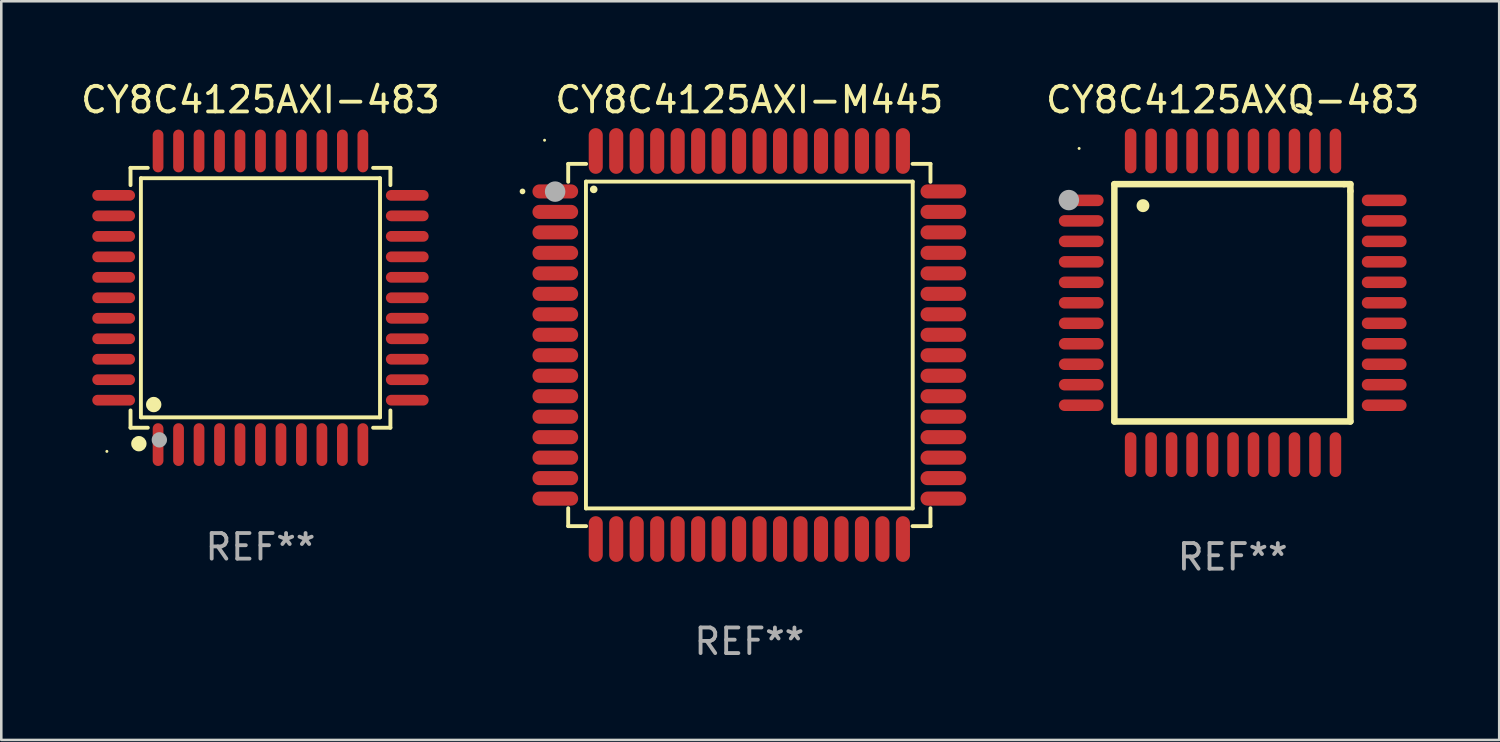
<source format=kicad_pcb>
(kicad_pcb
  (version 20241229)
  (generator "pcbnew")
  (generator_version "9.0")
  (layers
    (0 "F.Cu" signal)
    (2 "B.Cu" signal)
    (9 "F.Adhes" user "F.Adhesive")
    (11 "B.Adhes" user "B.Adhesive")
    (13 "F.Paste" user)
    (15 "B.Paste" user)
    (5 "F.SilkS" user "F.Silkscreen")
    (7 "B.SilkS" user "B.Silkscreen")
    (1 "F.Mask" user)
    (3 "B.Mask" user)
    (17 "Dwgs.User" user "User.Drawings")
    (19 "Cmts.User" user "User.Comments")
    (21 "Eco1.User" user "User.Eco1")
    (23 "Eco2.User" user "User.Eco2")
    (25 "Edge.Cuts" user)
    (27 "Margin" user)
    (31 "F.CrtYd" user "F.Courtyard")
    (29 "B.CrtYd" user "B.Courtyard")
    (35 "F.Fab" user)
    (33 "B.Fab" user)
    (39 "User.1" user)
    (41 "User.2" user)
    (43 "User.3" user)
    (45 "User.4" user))
  (footprint "CY8C4125AXI-M445"
    (layer "F.Cu")
    (at 26.223 10.428)
    (property "Reference" "CY8C4125AXI-M445" (at 0 -9.58 0) (layer "F.SilkS") (effects (font (size 1 1) (thickness 0.15))))
    (attr through_hole)
    (fp_line (start -7.076 -7.076) (end -6.376 -7.076) (stroke (width 0.152) (type solid)) (layer "F.SilkS"))
    (fp_line (start -7.076 -6.376) (end -7.076 -7.076) (stroke (width 0.152) (type solid)) (layer "F.SilkS"))
    (fp_line (start -7.076 6.376) (end -7.076 7.076) (stroke (width 0.152) (type solid)) (layer "F.SilkS"))
    (fp_line (start -7.076 7.076) (end -6.376 7.076) (stroke (width 0.152) (type solid)) (layer "F.SilkS"))
    (fp_line (start -6.383 -6.383) (end 6.383 -6.383) (stroke (width 0.152) (type solid)) (layer "F.SilkS"))
    (fp_line (start -6.383 6.383) (end -6.383 -6.383) (stroke (width 0.152) (type solid)) (layer "F.SilkS"))
    (fp_line (start 6.383 -6.383) (end 6.383 6.383) (stroke (width 0.152) (type solid)) (layer "F.SilkS"))
    (fp_line (start 6.383 6.383) (end -6.383 6.383) (stroke (width 0.152) (type solid)) (layer "F.SilkS"))
    (fp_line (start 7.076 -7.076) (end 6.376 -7.076) (stroke (width 0.152) (type solid)) (layer "F.SilkS"))
    (fp_line (start 7.076 -6.376) (end 7.076 -7.076) (stroke (width 0.152) (type solid)) (layer "F.SilkS"))
    (fp_line (start 7.076 6.376) (end 7.076 7.076) (stroke (width 0.152) (type solid)) (layer "F.SilkS"))
    (fp_line (start 7.076 7.076) (end 6.376 7.076) (stroke (width 0.152) (type solid)) (layer "F.SilkS"))
    (fp_circle (center -8.861 -6) (end -8.805 -6) (stroke (width 0.112) (type solid)) (fill no) (layer "F.SilkS"))
    (fp_circle (center -8 -8) (end -7.97 -8) (stroke (width 0.06) (type solid)) (fill no) (layer "F.SilkS"))
    (fp_circle (center -6.08 -6.08) (end -6.005 -6.08) (stroke (width 0.15) (type solid)) (fill no) (layer "F.SilkS"))
    (fp_circle (center -7.587 -5.993) (end -7.387 -5.993) (stroke (width 0.4) (type solid)) (fill no) (layer "F.Fab"))
    (fp_text user "REF**" (at 0 11.58 0) (layer "F.Fab") (effects (font (size 1 1) (thickness 0.15))))
    (pad "1" smd oval (at -7.58 -6) (size 1.785 0.55) (layers "F.Cu" "F.Mask" "F.Paste"))
    (pad "2" smd oval (at -7.58 -5.2) (size 1.785 0.55) (layers "F.Cu" "F.Mask" "F.Paste"))
    (pad "3" smd oval (at -7.58 -4.4) (size 1.785 0.55) (layers "F.Cu" "F.Mask" "F.Paste"))
    (pad "4" smd oval (at -7.58 -3.6) (size 1.785 0.55) (layers "F.Cu" "F.Mask" "F.Paste"))
    (pad "5" smd oval (at -7.58 -2.8) (size 1.785 0.55) (layers "F.Cu" "F.Mask" "F.Paste"))
    (pad "6" smd oval (at -7.58 -2) (size 1.785 0.55) (layers "F.Cu" "F.Mask" "F.Paste"))
    (pad "7" smd oval (at -7.58 -1.2) (size 1.785 0.55) (layers "F.Cu" "F.Mask" "F.Paste"))
    (pad "8" smd oval (at -7.58 -0.4) (size 1.785 0.55) (layers "F.Cu" "F.Mask" "F.Paste"))
    (pad "9" smd oval (at -7.58 0.4) (size 1.785 0.55) (layers "F.Cu" "F.Mask" "F.Paste"))
    (pad "10" smd oval (at -7.58 1.2) (size 1.785 0.55) (layers "F.Cu" "F.Mask" "F.Paste"))
    (pad "11" smd oval (at -7.58 2) (size 1.785 0.55) (layers "F.Cu" "F.Mask" "F.Paste"))
    (pad "12" smd oval (at -7.58 2.8) (size 1.785 0.55) (layers "F.Cu" "F.Mask" "F.Paste"))
    (pad "13" smd oval (at -7.58 3.6) (size 1.785 0.55) (layers "F.Cu" "F.Mask" "F.Paste"))
    (pad "14" smd oval (at -7.58 4.4) (size 1.785 0.55) (layers "F.Cu" "F.Mask" "F.Paste"))
    (pad "15" smd oval (at -7.58 5.2) (size 1.785 0.55) (layers "F.Cu" "F.Mask" "F.Paste"))
    (pad "16" smd oval (at -7.58 6) (size 1.785 0.55) (layers "F.Cu" "F.Mask" "F.Paste"))
    (pad "17" smd oval (at -6 7.58) (size 0.55 1.785) (layers "F.Cu" "F.Mask" "F.Paste"))
    (pad "18" smd oval (at -5.2 7.58) (size 0.55 1.785) (layers "F.Cu" "F.Mask" "F.Paste"))
    (pad "19" smd oval (at -4.4 7.58) (size 0.55 1.785) (layers "F.Cu" "F.Mask" "F.Paste"))
    (pad "20" smd oval (at -3.6 7.58) (size 0.55 1.785) (layers "F.Cu" "F.Mask" "F.Paste"))
    (pad "21" smd oval (at -2.8 7.58) (size 0.55 1.785) (layers "F.Cu" "F.Mask" "F.Paste"))
    (pad "22" smd oval (at -2 7.58) (size 0.55 1.785) (layers "F.Cu" "F.Mask" "F.Paste"))
    (pad "23" smd oval (at -1.2 7.58) (size 0.55 1.785) (layers "F.Cu" "F.Mask" "F.Paste"))
    (pad "24" smd oval (at -0.4 7.58) (size 0.55 1.785) (layers "F.Cu" "F.Mask" "F.Paste"))
    (pad "25" smd oval (at 0.4 7.58) (size 0.55 1.785) (layers "F.Cu" "F.Mask" "F.Paste"))
    (pad "26" smd oval (at 1.2 7.58) (size 0.55 1.785) (layers "F.Cu" "F.Mask" "F.Paste"))
    (pad "27" smd oval (at 2 7.58) (size 0.55 1.785) (layers "F.Cu" "F.Mask" "F.Paste"))
    (pad "28" smd oval (at 2.8 7.58) (size 0.55 1.785) (layers "F.Cu" "F.Mask" "F.Paste"))
    (pad "29" smd oval (at 3.6 7.58) (size 0.55 1.785) (layers "F.Cu" "F.Mask" "F.Paste"))
    (pad "30" smd oval (at 4.4 7.58) (size 0.55 1.785) (layers "F.Cu" "F.Mask" "F.Paste"))
    (pad "31" smd oval (at 5.2 7.58) (size 0.55 1.785) (layers "F.Cu" "F.Mask" "F.Paste"))
    (pad "32" smd oval (at 6 7.58) (size 0.55 1.785) (layers "F.Cu" "F.Mask" "F.Paste"))
    (pad "33" smd oval (at 7.58 6) (size 1.785 0.55) (layers "F.Cu" "F.Mask" "F.Paste"))
    (pad "34" smd oval (at 7.58 5.2) (size 1.785 0.55) (layers "F.Cu" "F.Mask" "F.Paste"))
    (pad "35" smd oval (at 7.58 4.4) (size 1.785 0.55) (layers "F.Cu" "F.Mask" "F.Paste"))
    (pad "36" smd oval (at 7.58 3.6) (size 1.785 0.55) (layers "F.Cu" "F.Mask" "F.Paste"))
    (pad "37" smd oval (at 7.58 2.8) (size 1.785 0.55) (layers "F.Cu" "F.Mask" "F.Paste"))
    (pad "38" smd oval (at 7.58 2) (size 1.785 0.55) (layers "F.Cu" "F.Mask" "F.Paste"))
    (pad "39" smd oval (at 7.58 1.2) (size 1.785 0.55) (layers "F.Cu" "F.Mask" "F.Paste"))
    (pad "40" smd oval (at 7.58 0.4) (size 1.785 0.55) (layers "F.Cu" "F.Mask" "F.Paste"))
    (pad "41" smd oval (at 7.58 -0.4) (size 1.785 0.55) (layers "F.Cu" "F.Mask" "F.Paste"))
    (pad "42" smd oval (at 7.58 -1.2) (size 1.785 0.55) (layers "F.Cu" "F.Mask" "F.Paste"))
    (pad "43" smd oval (at 7.58 -2) (size 1.785 0.55) (layers "F.Cu" "F.Mask" "F.Paste"))
    (pad "44" smd oval (at 7.58 -2.8) (size 1.785 0.55) (layers "F.Cu" "F.Mask" "F.Paste"))
    (pad "45" smd oval (at 7.58 -3.6) (size 1.785 0.55) (layers "F.Cu" "F.Mask" "F.Paste"))
    (pad "46" smd oval (at 7.58 -4.4) (size 1.785 0.55) (layers "F.Cu" "F.Mask" "F.Paste"))
    (pad "47" smd oval (at 7.58 -5.2) (size 1.785 0.55) (layers "F.Cu" "F.Mask" "F.Paste"))
    (pad "48" smd oval (at 7.58 -6) (size 1.785 0.55) (layers "F.Cu" "F.Mask" "F.Paste"))
    (pad "49" smd oval (at 6 -7.58) (size 0.55 1.785) (layers "F.Cu" "F.Mask" "F.Paste"))
    (pad "50" smd oval (at 5.2 -7.58) (size 0.55 1.785) (layers "F.Cu" "F.Mask" "F.Paste"))
    (pad "51" smd oval (at 4.4 -7.58) (size 0.55 1.785) (layers "F.Cu" "F.Mask" "F.Paste"))
    (pad "52" smd oval (at 3.6 -7.58) (size 0.55 1.785) (layers "F.Cu" "F.Mask" "F.Paste"))
    (pad "53" smd oval (at 2.8 -7.58) (size 0.55 1.785) (layers "F.Cu" "F.Mask" "F.Paste"))
    (pad "54" smd oval (at 2 -7.58) (size 0.55 1.785) (layers "F.Cu" "F.Mask" "F.Paste"))
    (pad "55" smd oval (at 1.2 -7.58) (size 0.55 1.785) (layers "F.Cu" "F.Mask" "F.Paste"))
    (pad "56" smd oval (at 0.4 -7.58) (size 0.55 1.785) (layers "F.Cu" "F.Mask" "F.Paste"))
    (pad "57" smd oval (at -0.4 -7.58) (size 0.55 1.785) (layers "F.Cu" "F.Mask" "F.Paste"))
    (pad "58" smd oval (at -1.2 -7.58) (size 0.55 1.785) (layers "F.Cu" "F.Mask" "F.Paste"))
    (pad "59" smd oval (at -2 -7.58) (size 0.55 1.785) (layers "F.Cu" "F.Mask" "F.Paste"))
    (pad "60" smd oval (at -2.8 -7.58) (size 0.55 1.785) (layers "F.Cu" "F.Mask" "F.Paste"))
    (pad "61" smd oval (at -3.6 -7.58) (size 0.55 1.785) (layers "F.Cu" "F.Mask" "F.Paste"))
    (pad "62" smd oval (at -4.4 -7.58) (size 0.55 1.785) (layers "F.Cu" "F.Mask" "F.Paste"))
    (pad "63" smd oval (at -5.2 -7.58) (size 0.55 1.785) (layers "F.Cu" "F.Mask" "F.Paste"))
    (pad "64" smd oval (at -6 -7.58) (size 0.55 1.785) (layers "F.Cu" "F.Mask" "F.Paste")))
  (footprint "CY8C4125AXI-483"
    (layer "F.Cu")
    (at 7.125 8.583)
    (property "Reference" "CY8C4125AXI-483" (at 0 -7.735 0) (layer "F.SilkS") (effects (font (size 1 1) (thickness 0.15))))
    (attr through_hole)
    (fp_line (start -5.076 -5.076) (end -4.401 -5.076) (stroke (width 0.152) (type solid)) (layer "F.SilkS"))
    (fp_line (start -5.076 -4.401) (end -5.076 -5.076) (stroke (width 0.152) (type solid)) (layer "F.SilkS"))
    (fp_line (start -5.076 4.401) (end -5.076 5.076) (stroke (width 0.152) (type solid)) (layer "F.SilkS"))
    (fp_line (start -5.076 5.076) (end -4.401 5.076) (stroke (width 0.152) (type solid)) (layer "F.SilkS"))
    (fp_line (start -4.671 -4.671) (end 4.671 -4.671) (stroke (width 0.152) (type solid)) (layer "F.SilkS"))
    (fp_line (start -4.671 4.671) (end -4.671 -4.671) (stroke (width 0.152) (type solid)) (layer "F.SilkS"))
    (fp_line (start 4.671 -4.671) (end 4.671 4.671) (stroke (width 0.152) (type solid)) (layer "F.SilkS"))
    (fp_line (start 4.671 4.671) (end -4.671 4.671) (stroke (width 0.152) (type solid)) (layer "F.SilkS"))
    (fp_line (start 5.076 -5.076) (end 4.401 -5.076) (stroke (width 0.152) (type solid)) (layer "F.SilkS"))
    (fp_line (start 5.076 -4.401) (end 5.076 -5.076) (stroke (width 0.152) (type solid)) (layer "F.SilkS"))
    (fp_line (start 5.076 4.401) (end 5.076 5.076) (stroke (width 0.152) (type solid)) (layer "F.SilkS"))
    (fp_line (start 5.076 5.076) (end 4.401 5.076) (stroke (width 0.152) (type solid)) (layer "F.SilkS"))
    (fp_circle (center -6 6) (end -5.97 6) (stroke (width 0.06) (type solid)) (fill no) (layer "F.SilkS"))
    (fp_circle (center -4.75 5.7) (end -4.6 5.7) (stroke (width 0.3) (type solid)) (fill no) (layer "F.SilkS"))
    (fp_circle (center -4.171 4.171) (end -4.021 4.171) (stroke (width 0.3) (type solid)) (fill no) (layer "F.SilkS"))
    (fp_circle (center -3.95 5.55) (end -3.8 5.55) (stroke (width 0.3) (type solid)) (fill no) (layer "F.Fab"))
    (fp_text user "REF**" (at 0 9.735 0) (layer "F.Fab") (effects (font (size 1 1) (thickness 0.15))))
    (pad "1" smd oval (at -4 5.735) (size 0.42 1.67) (layers "F.Cu" "F.Mask" "F.Paste"))
    (pad "2" smd oval (at -3.2 5.735) (size 0.42 1.67) (layers "F.Cu" "F.Mask" "F.Paste"))
    (pad "3" smd oval (at -2.4 5.735) (size 0.42 1.67) (layers "F.Cu" "F.Mask" "F.Paste"))
    (pad "4" smd oval (at -1.6 5.735) (size 0.42 1.67) (layers "F.Cu" "F.Mask" "F.Paste"))
    (pad "5" smd oval (at -0.8 5.735) (size 0.42 1.67) (layers "F.Cu" "F.Mask" "F.Paste"))
    (pad "6" smd oval (at 0 5.735) (size 0.42 1.67) (layers "F.Cu" "F.Mask" "F.Paste"))
    (pad "7" smd oval (at 0.8 5.735) (size 0.42 1.67) (layers "F.Cu" "F.Mask" "F.Paste"))
    (pad "8" smd oval (at 1.6 5.735) (size 0.42 1.67) (layers "F.Cu" "F.Mask" "F.Paste"))
    (pad "9" smd oval (at 2.4 5.735) (size 0.42 1.67) (layers "F.Cu" "F.Mask" "F.Paste"))
    (pad "10" smd oval (at 3.2 5.735) (size 0.42 1.67) (layers "F.Cu" "F.Mask" "F.Paste"))
    (pad "11" smd oval (at 4 5.735) (size 0.42 1.67) (layers "F.Cu" "F.Mask" "F.Paste"))
    (pad "12" smd oval (at 5.735 4) (size 1.67 0.42) (layers "F.Cu" "F.Mask" "F.Paste"))
    (pad "13" smd oval (at 5.735 3.2) (size 1.67 0.42) (layers "F.Cu" "F.Mask" "F.Paste"))
    (pad "14" smd oval (at 5.735 2.4) (size 1.67 0.42) (layers "F.Cu" "F.Mask" "F.Paste"))
    (pad "15" smd oval (at 5.735 1.6) (size 1.67 0.42) (layers "F.Cu" "F.Mask" "F.Paste"))
    (pad "16" smd oval (at 5.735 0.8) (size 1.67 0.42) (layers "F.Cu" "F.Mask" "F.Paste"))
    (pad "17" smd oval (at 5.735 0) (size 1.67 0.42) (layers "F.Cu" "F.Mask" "F.Paste"))
    (pad "18" smd oval (at 5.735 -0.8) (size 1.67 0.42) (layers "F.Cu" "F.Mask" "F.Paste"))
    (pad "19" smd oval (at 5.735 -1.6) (size 1.67 0.42) (layers "F.Cu" "F.Mask" "F.Paste"))
    (pad "20" smd oval (at 5.735 -2.4) (size 1.67 0.42) (layers "F.Cu" "F.Mask" "F.Paste"))
    (pad "21" smd oval (at 5.735 -3.2) (size 1.67 0.42) (layers "F.Cu" "F.Mask" "F.Paste"))
    (pad "22" smd oval (at 5.735 -4) (size 1.67 0.42) (layers "F.Cu" "F.Mask" "F.Paste"))
    (pad "23" smd oval (at 4 -5.735) (size 0.42 1.67) (layers "F.Cu" "F.Mask" "F.Paste"))
    (pad "24" smd oval (at 3.2 -5.735) (size 0.42 1.67) (layers "F.Cu" "F.Mask" "F.Paste"))
    (pad "25" smd oval (at 2.4 -5.735) (size 0.42 1.67) (layers "F.Cu" "F.Mask" "F.Paste"))
    (pad "26" smd oval (at 1.6 -5.735) (size 0.42 1.67) (layers "F.Cu" "F.Mask" "F.Paste"))
    (pad "27" smd oval (at 0.8 -5.735) (size 0.42 1.67) (layers "F.Cu" "F.Mask" "F.Paste"))
    (pad "28" smd oval (at 0 -5.735) (size 0.42 1.67) (layers "F.Cu" "F.Mask" "F.Paste"))
    (pad "29" smd oval (at -0.8 -5.735) (size 0.42 1.67) (layers "F.Cu" "F.Mask" "F.Paste"))
    (pad "30" smd oval (at -1.6 -5.735) (size 0.42 1.67) (layers "F.Cu" "F.Mask" "F.Paste"))
    (pad "31" smd oval (at -2.4 -5.735) (size 0.42 1.67) (layers "F.Cu" "F.Mask" "F.Paste"))
    (pad "32" smd oval (at -3.2 -5.735) (size 0.42 1.67) (layers "F.Cu" "F.Mask" "F.Paste"))
    (pad "33" smd oval (at -4 -5.735) (size 0.42 1.67) (layers "F.Cu" "F.Mask" "F.Paste"))
    (pad "34" smd oval (at -5.735 -4) (size 1.67 0.42) (layers "F.Cu" "F.Mask" "F.Paste"))
    (pad "35" smd oval (at -5.735 -3.2) (size 1.67 0.42) (layers "F.Cu" "F.Mask" "F.Paste"))
    (pad "36" smd oval (at -5.735 -2.4) (size 1.67 0.42) (layers "F.Cu" "F.Mask" "F.Paste"))
    (pad "37" smd oval (at -5.735 -1.6) (size 1.67 0.42) (layers "F.Cu" "F.Mask" "F.Paste"))
    (pad "38" smd oval (at -5.735 -0.8) (size 1.67 0.42) (layers "F.Cu" "F.Mask" "F.Paste"))
    (pad "39" smd oval (at -5.735 0) (size 1.67 0.42) (layers "F.Cu" "F.Mask" "F.Paste"))
    (pad "40" smd oval (at -5.735 0.8) (size 1.67 0.42) (layers "F.Cu" "F.Mask" "F.Paste"))
    (pad "41" smd oval (at -5.735 1.6) (size 1.67 0.42) (layers "F.Cu" "F.Mask" "F.Paste"))
    (pad "42" smd oval (at -5.735 2.4) (size 1.67 0.42) (layers "F.Cu" "F.Mask" "F.Paste"))
    (pad "43" smd oval (at -5.735 3.2) (size 1.67 0.42) (layers "F.Cu" "F.Mask" "F.Paste"))
    (pad "44" smd oval (at -5.735 4) (size 1.67 0.42) (layers "F.Cu" "F.Mask" "F.Paste")))
  (footprint "CY8C4125AXQ-483"
    (layer "F.Cu")
    (at 45.106 8.779)
    (property "Reference" "CY8C4125AXQ-483" (at 0 -7.931 0) (layer "F.SilkS") (effects (font (size 1 1) (thickness 0.15))))
    (attr through_hole)
    (fp_line (start -4.623 -4.636) (end 4.35 -4.636) (stroke (width 0.254) (type solid)) (layer "F.SilkS"))
    (fp_line (start -4.623 4.636) (end -4.623 -4.636) (stroke (width 0.254) (type solid)) (layer "F.SilkS"))
    (fp_line (start 4.35 -4.636) (end 4.597 -4.636) (stroke (width 0.254) (type solid)) (layer "F.SilkS"))
    (fp_line (start 4.597 -4.636) (end 4.597 -4.363) (stroke (width 0.254) (type solid)) (layer "F.SilkS"))
    (fp_line (start 4.597 -4.363) (end 4.597 4.636) (stroke (width 0.254) (type solid)) (layer "F.SilkS"))
    (fp_line (start 4.597 4.636) (end -4.623 4.636) (stroke (width 0.254) (type solid)) (layer "F.SilkS"))
    (fp_arc (start -3.505207 -3.792228) (mid -3.50522 -3.794768) (end -3.505207 -3.797308) (stroke (width 0.5) (type solid)) (layer "F.SilkS"))
    (fp_circle (center -6 -6.03) (end -5.97 -6.03) (stroke (width 0.06) (type solid)) (fill no) (layer "F.SilkS"))
    (fp_circle (center -6.401 -4.013) (end -6.201 -4.013) (stroke (width 0.4) (type solid)) (fill no) (layer "F.Fab"))
    (fp_text user "REF**" (at 0 9.931 0) (layer "F.Fab") (effects (font (size 1 1) (thickness 0.15))))
    (pad "1" smd oval (at -5.918 -4.001 90) (size 0.45 1.75) (layers "F.Cu" "F.Mask" "F.Paste"))
    (pad "2" smd oval (at -5.918 -3.2 90) (size 0.45 1.75) (layers "F.Cu" "F.Mask" "F.Paste"))
    (pad "3" smd oval (at -5.918 -2.4 90) (size 0.45 1.75) (layers "F.Cu" "F.Mask" "F.Paste"))
    (pad "4" smd oval (at -5.918 -1.6 90) (size 0.45 1.75) (layers "F.Cu" "F.Mask" "F.Paste"))
    (pad "5" smd oval (at -5.918 -0.8 90) (size 0.45 1.75) (layers "F.Cu" "F.Mask" "F.Paste"))
    (pad "6" smd oval (at -5.918 0 90) (size 0.45 1.75) (layers "F.Cu" "F.Mask" "F.Paste"))
    (pad "7" smd oval (at -5.918 0.8 90) (size 0.45 1.75) (layers "F.Cu" "F.Mask" "F.Paste"))
    (pad "8" smd oval (at -5.918 1.6 90) (size 0.45 1.75) (layers "F.Cu" "F.Mask" "F.Paste"))
    (pad "9" smd oval (at -5.918 2.4 90) (size 0.45 1.75) (layers "F.Cu" "F.Mask" "F.Paste"))
    (pad "10" smd oval (at -5.918 3.2 90) (size 0.45 1.75) (layers "F.Cu" "F.Mask" "F.Paste"))
    (pad "11" smd oval (at -5.918 4.001 90) (size 0.45 1.75) (layers "F.Cu" "F.Mask" "F.Paste"))
    (pad "12" smd oval (at -3.988 5.931) (size 0.45 1.75) (layers "F.Cu" "F.Mask" "F.Paste"))
    (pad "13" smd oval (at -3.188 5.931) (size 0.45 1.75) (layers "F.Cu" "F.Mask" "F.Paste"))
    (pad "14" smd oval (at -2.388 5.931) (size 0.45 1.75) (layers "F.Cu" "F.Mask" "F.Paste"))
    (pad "15" smd oval (at -1.588 5.931) (size 0.45 1.75) (layers "F.Cu" "F.Mask" "F.Paste"))
    (pad "16" smd oval (at -0.787 5.931) (size 0.45 1.75) (layers "F.Cu" "F.Mask" "F.Paste"))
    (pad "17" smd oval (at 0.013 5.931) (size 0.45 1.75) (layers "F.Cu" "F.Mask" "F.Paste"))
    (pad "18" smd oval (at 0.813 5.931) (size 0.45 1.75) (layers "F.Cu" "F.Mask" "F.Paste"))
    (pad "19" smd oval (at 1.613 5.931) (size 0.45 1.75) (layers "F.Cu" "F.Mask" "F.Paste"))
    (pad "20" smd oval (at 2.413 5.931) (size 0.45 1.75) (layers "F.Cu" "F.Mask" "F.Paste"))
    (pad "21" smd oval (at 3.213 5.931) (size 0.45 1.75) (layers "F.Cu" "F.Mask" "F.Paste"))
    (pad "22" smd oval (at 4.013 5.931) (size 0.45 1.75) (layers "F.Cu" "F.Mask" "F.Paste"))
    (pad "23" smd oval (at 5.918 4.001 90) (size 0.45 1.75) (layers "F.Cu" "F.Mask" "F.Paste"))
    (pad "24" smd oval (at 5.918 3.2 90) (size 0.45 1.75) (layers "F.Cu" "F.Mask" "F.Paste"))
    (pad "25" smd oval (at 5.918 2.4 90) (size 0.45 1.75) (layers "F.Cu" "F.Mask" "F.Paste"))
    (pad "26" smd oval (at 5.918 1.6 90) (size 0.45 1.75) (layers "F.Cu" "F.Mask" "F.Paste"))
    (pad "27" smd oval (at 5.918 0.8 90) (size 0.45 1.75) (layers "F.Cu" "F.Mask" "F.Paste"))
    (pad "28" smd oval (at 5.918 0 90) (size 0.45 1.75) (layers "F.Cu" "F.Mask" "F.Paste"))
    (pad "29" smd oval (at 5.918 -0.8 90) (size 0.45 1.75) (layers "F.Cu" "F.Mask" "F.Paste"))
    (pad "30" smd oval (at 5.918 -1.6 90) (size 0.45 1.75) (layers "F.Cu" "F.Mask" "F.Paste"))
    (pad "31" smd oval (at 5.918 -2.4 90) (size 0.45 1.75) (layers "F.Cu" "F.Mask" "F.Paste"))
    (pad "32" smd oval (at 5.918 -3.2 90) (size 0.45 1.75) (layers "F.Cu" "F.Mask" "F.Paste"))
    (pad "33" smd oval (at 5.918 -4.001 90) (size 0.45 1.75) (layers "F.Cu" "F.Mask" "F.Paste"))
    (pad "34" smd oval (at 4.013 -5.931) (size 0.45 1.75) (layers "F.Cu" "F.Mask" "F.Paste"))
    (pad "35" smd oval (at 3.213 -5.931) (size 0.45 1.75) (layers "F.Cu" "F.Mask" "F.Paste"))
    (pad "36" smd oval (at 2.413 -5.931) (size 0.45 1.75) (layers "F.Cu" "F.Mask" "F.Paste"))
    (pad "37" smd oval (at 1.613 -5.931) (size 0.45 1.75) (layers "F.Cu" "F.Mask" "F.Paste"))
    (pad "38" smd oval (at 0.813 -5.931) (size 0.45 1.75) (layers "F.Cu" "F.Mask" "F.Paste"))
    (pad "39" smd oval (at 0.013 -5.931) (size 0.45 1.75) (layers "F.Cu" "F.Mask" "F.Paste"))
    (pad "40" smd oval (at -0.787 -5.931) (size 0.45 1.75) (layers "F.Cu" "F.Mask" "F.Paste"))
    (pad "41" smd oval (at -1.588 -5.931) (size 0.45 1.75) (layers "F.Cu" "F.Mask" "F.Paste"))
    (pad "42" smd oval (at -2.388 -5.931) (size 0.45 1.75) (layers "F.Cu" "F.Mask" "F.Paste"))
    (pad "43" smd oval (at -3.188 -5.931) (size 0.45 1.75) (layers "F.Cu" "F.Mask" "F.Paste"))
    (pad "44" smd oval (at -3.988 -5.931) (size 0.45 1.75) (layers "F.Cu" "F.Mask" "F.Paste")))
  (gr_rect
    (start -3 -3)
    (end 55.517 25.856)
    (stroke (width 0.1) (type default))
    (fill no)
    (layer "Edge.Cuts")))
</source>
